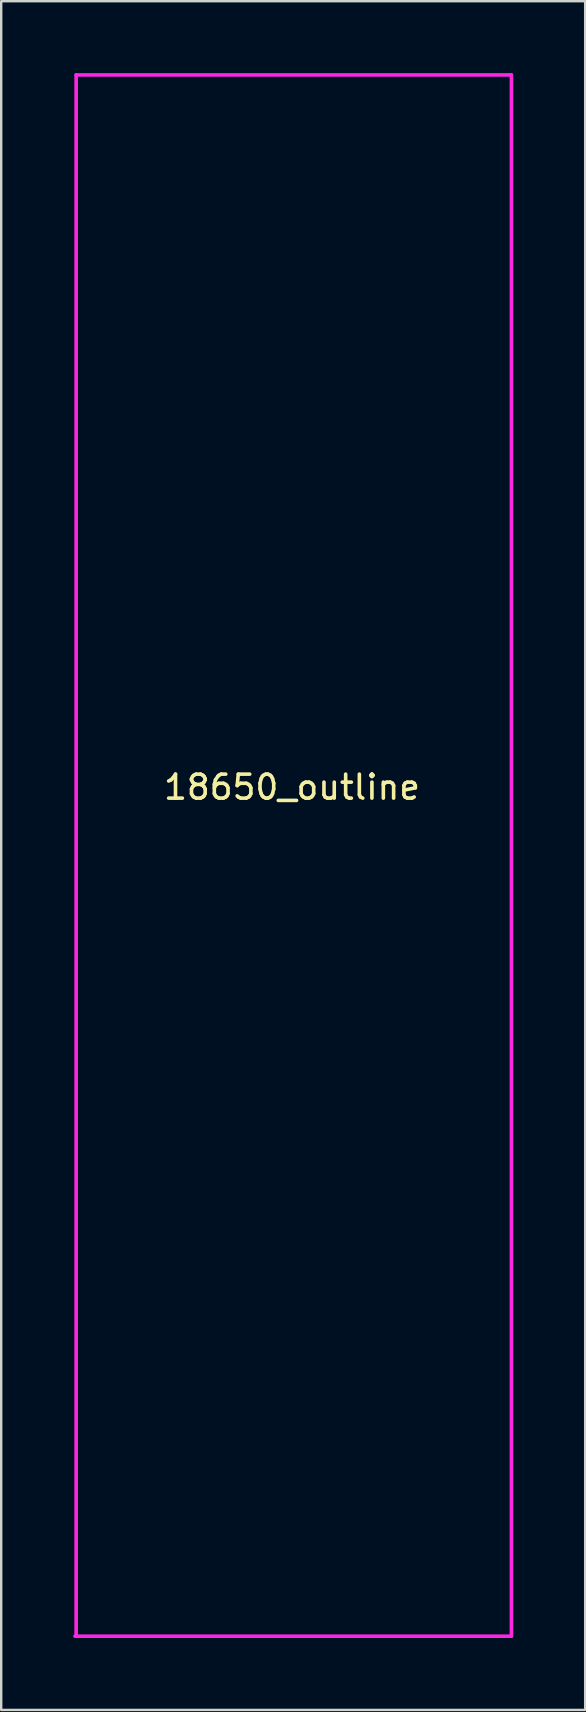
<source format=kicad_pcb>
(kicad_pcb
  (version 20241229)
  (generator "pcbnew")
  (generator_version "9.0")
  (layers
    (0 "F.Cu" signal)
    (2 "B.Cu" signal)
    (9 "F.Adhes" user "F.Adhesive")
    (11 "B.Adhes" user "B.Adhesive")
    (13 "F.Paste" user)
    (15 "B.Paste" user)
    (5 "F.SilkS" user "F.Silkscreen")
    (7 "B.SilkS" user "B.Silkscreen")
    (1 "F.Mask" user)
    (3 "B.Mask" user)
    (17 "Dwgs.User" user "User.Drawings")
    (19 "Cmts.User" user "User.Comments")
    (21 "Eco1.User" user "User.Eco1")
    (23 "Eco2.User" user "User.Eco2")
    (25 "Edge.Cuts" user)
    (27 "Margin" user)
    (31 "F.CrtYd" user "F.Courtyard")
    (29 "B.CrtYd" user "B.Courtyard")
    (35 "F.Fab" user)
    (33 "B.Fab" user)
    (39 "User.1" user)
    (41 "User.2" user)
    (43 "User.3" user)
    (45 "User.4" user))
  (footprint "18650_outline"
    (layer "F.Cu")
    (at 9.125 30.775)
    (property "Reference" "18650_outline" (at 0 -1 0) (layer "F.SilkS") (effects (font (size 1 1) (thickness 0.15))))
    (attr through_hole)
    (fp_line (start -9 -30.7) (end -9 34.4) (stroke (width 0.15) (type solid)) (layer "F.CrtYd"))
    (fp_line (start -9 34.4) (end -9.05 34.4) (stroke (width 0.15) (type solid)) (layer "F.CrtYd"))
    (fp_line (start -9 34.4) (end 9.15 34.4) (stroke (width 0.15) (type solid)) (layer "F.CrtYd"))
    (fp_line (start 9.15 -30.7) (end -9 -30.7) (stroke (width 0.15) (type solid)) (layer "F.CrtYd"))
    (fp_line (start 9.15 34.4) (end 9.15 -30.7) (stroke (width 0.15) (type solid)) (layer "F.CrtYd")))
  (gr_rect
    (start -3 -3)
    (end 21.35 68.25)
    (stroke (width 0.1) (type default))
    (fill no)
    (layer "Edge.Cuts")))
</source>
